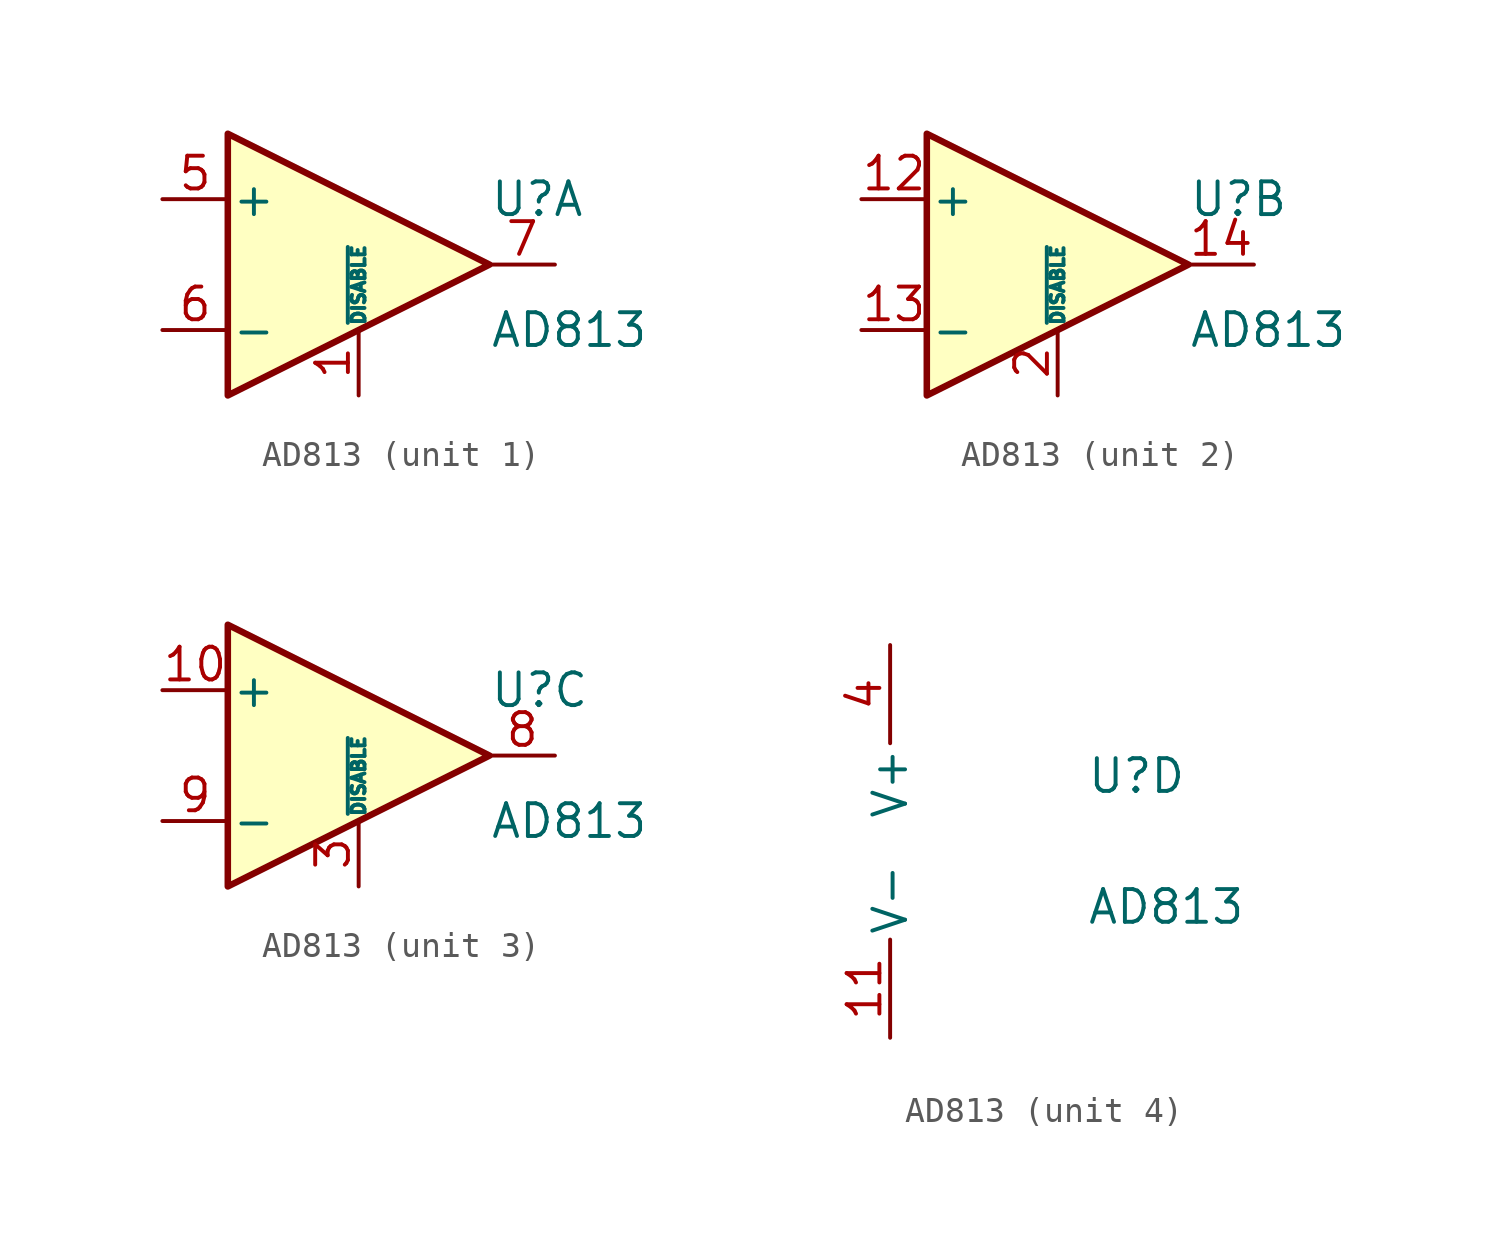
<source format=kicad_sym>
(kicad_symbol_lib
  (version 20211014)
  (generator kicad_symbol_editor)
  (symbol "AD813"
    (pin_names
      (offset 0.127))
    (property "Reference" "U"
      (at 5.08 2.54 0)
      (effects (font (size 1.27 1.27)) (justify left)))
    (property "Value" "AD813"
      (at 5.08 -2.54 0)
      (effects (font (size 1.27 1.27)) (justify left)))
    (property "ki_locked" ""
      (at 0 0 0)
      (effects (font (size 1.27 1.27))))
    (symbol "AD813_1_1"
      (polyline (pts (xy 5.08 0) (xy -5.08 5.08) (xy -5.08 -5.08) (xy 5.08 0)) (stroke (width 0.254) (type default) (color 0 0 0 0)) (fill (type background)))
      (pin input line (at 0 -5.08 90) (length 2.54) (name "~{DISABLE}" (effects (font (size 0.508 0.508)))) (number "1" (effects (font (size 1.27 1.27)))))
      (pin input line (at -7.62 2.54 0) (length 2.54) (name "+" (effects (font (size 1.27 1.27)))) (number "5" (effects (font (size 1.27 1.27)))))
      (pin input line (at -7.62 -2.54 0) (length 2.54) (name "-" (effects (font (size 1.27 1.27)))) (number "6" (effects (font (size 1.27 1.27)))))
      (pin output line (at 7.62 0 180) (length 2.54) (name "~" (effects (font (size 1.27 1.27)))) (number "7" (effects (font (size 1.27 1.27))))))
    (symbol "AD813_2_1"
      (polyline (pts (xy 5.08 0) (xy -5.08 5.08) (xy -5.08 -5.08) (xy 5.08 0)) (stroke (width 0.254) (type default) (color 0 0 0 0)) (fill (type background)))
      (pin input line (at -7.62 2.54 0) (length 2.54) (name "+" (effects (font (size 1.27 1.27)))) (number "12" (effects (font (size 1.27 1.27)))))
      (pin input line (at -7.62 -2.54 0) (length 2.54) (name "-" (effects (font (size 1.27 1.27)))) (number "13" (effects (font (size 1.27 1.27)))))
      (pin output line (at 7.62 0 180) (length 2.54) (name "~" (effects (font (size 1.27 1.27)))) (number "14" (effects (font (size 1.27 1.27)))))
      (pin input line (at 0 -5.08 90) (length 2.54) (name "~{DISABLE}" (effects (font (size 0.508 0.508)))) (number "2" (effects (font (size 1.27 1.27))))))
    (symbol "AD813_3_1"
      (polyline (pts (xy 5.08 0) (xy -5.08 5.08) (xy -5.08 -5.08) (xy 5.08 0)) (stroke (width 0.254) (type default) (color 0 0 0 0)) (fill (type background)))
      (pin input line (at -7.62 2.54 0) (length 2.54) (name "+" (effects (font (size 1.27 1.27)))) (number "10" (effects (font (size 1.27 1.27)))))
      (pin input line (at 0 -5.08 90) (length 2.54) (name "~{DISABLE}" (effects (font (size 0.508 0.508)))) (number "3" (effects (font (size 1.27 1.27)))))
      (pin output line (at 7.62 0 180) (length 2.54) (name "~" (effects (font (size 1.27 1.27)))) (number "8" (effects (font (size 1.27 1.27)))))
      (pin input line (at -7.62 -2.54 0) (length 2.54) (name "-" (effects (font (size 1.27 1.27)))) (number "9" (effects (font (size 1.27 1.27))))))
    (symbol "AD813_4_1"
      (pin power_in line (at -2.54 -7.62 90) (length 3.81) (name "V-" (effects (font (size 1.27 1.27)))) (number "11" (effects (font (size 1.27 1.27)))))
      (pin power_in line (at -2.54 7.62 270) (length 3.81) (name "V+" (effects (font (size 1.27 1.27)))) (number "4" (effects (font (size 1.27 1.27))))))))
</source>
